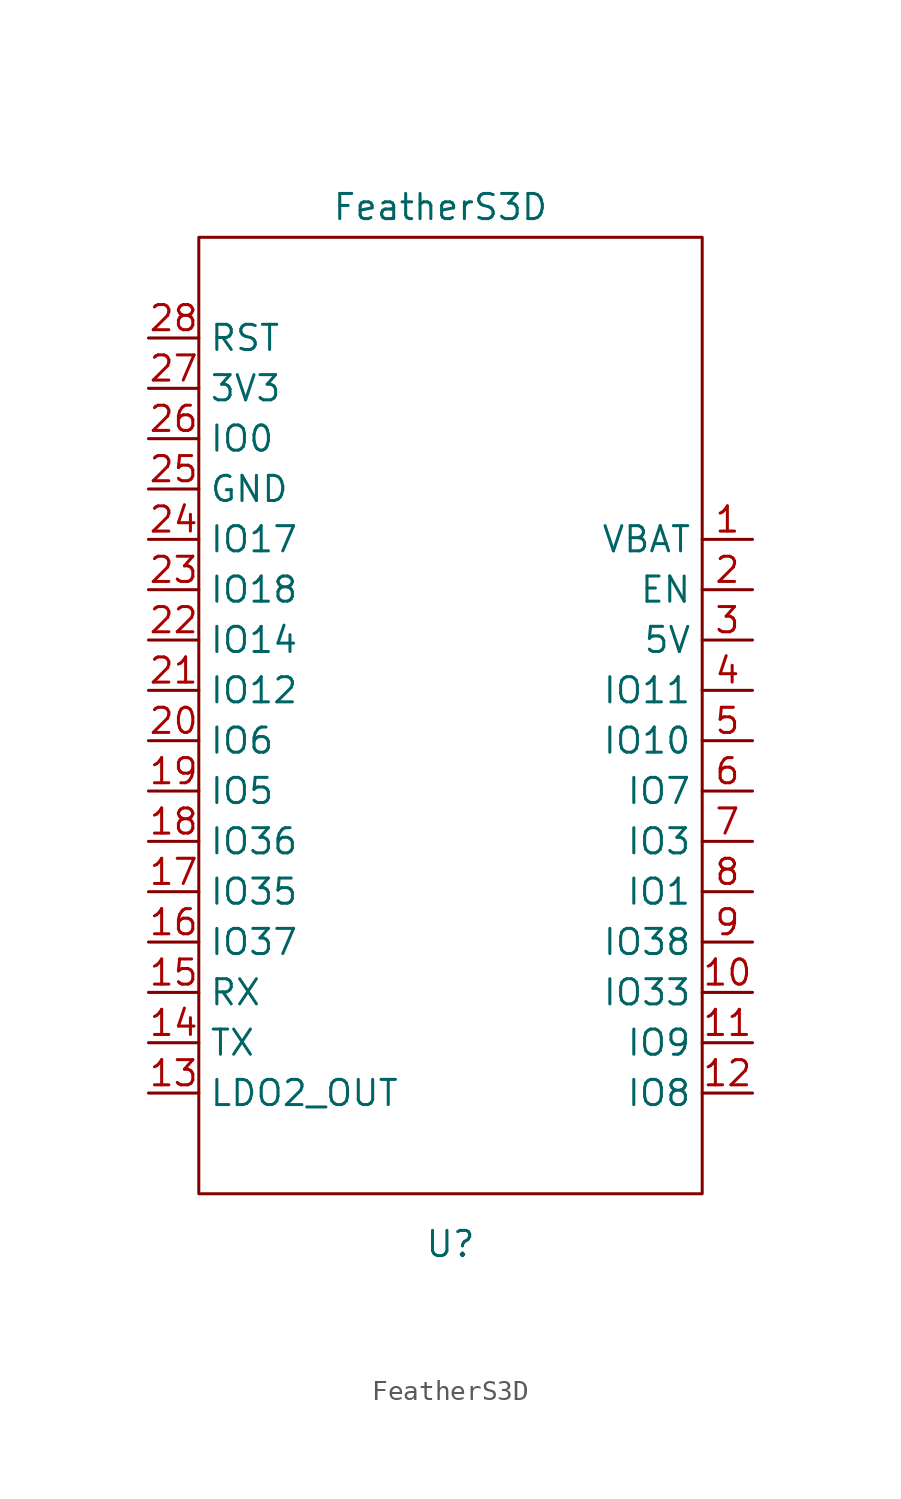
<source format=kicad_sym>
(kicad_symbol_lib
  (version 20241209)
  (generator "kicad_symbol_editor")
  (generator_version "9.0")
  (symbol "FeatherS3D"
    (property "Reference" "U"
      (at 0 -30.48 0)
      (effects (font (size 1.27 1.27))))
    (property "Value" "FeatherS3D"
      (at -0.508 21.844 0)
      (effects (font (size 1.27 1.27))))
    (symbol "FeatherS3D_0_1"
      (rectangle (start -12.7 20.32) (end 12.7 -27.94) (stroke (width 0.152) (type default)) (fill (type none))))
    (symbol "FeatherS3D_1_1"
      (pin input line (at -15.24 15.24 0) (length 2.54) (name "RST" (effects (font (size 1.27 1.27)))) (number "28" (effects (font (size 1.27 1.27)))))
      (pin power_in line (at -15.24 12.7 0) (length 2.54) (name "3V3" (effects (font (size 1.27 1.27)))) (number "27" (effects (font (size 1.27 1.27)))))
      (pin bidirectional line (at -15.24 10.16 0) (length 2.54) (name "IO0" (effects (font (size 1.27 1.27)))) (number "26" (effects (font (size 1.27 1.27)))))
      (pin power_in line (at -15.24 7.62 0) (length 2.54) (name "GND" (effects (font (size 1.27 1.27)))) (number "25" (effects (font (size 1.27 1.27)))))
      (pin bidirectional line (at -15.24 5.08 0) (length 2.54) (name "IO17" (effects (font (size 1.27 1.27)))) (number "24" (effects (font (size 1.27 1.27)))))
      (pin bidirectional line (at -15.24 2.54 0) (length 2.54) (name "IO18" (effects (font (size 1.27 1.27)))) (number "23" (effects (font (size 1.27 1.27)))))
      (pin bidirectional line (at -15.24 0 0) (length 2.54) (name "IO14" (effects (font (size 1.27 1.27)))) (number "22" (effects (font (size 1.27 1.27)))))
      (pin bidirectional line (at -15.24 -2.54 0) (length 2.54) (name "IO12" (effects (font (size 1.27 1.27)))) (number "21" (effects (font (size 1.27 1.27)))))
      (pin bidirectional line (at -15.24 -5.08 0) (length 2.54) (name "IO6" (effects (font (size 1.27 1.27)))) (number "20" (effects (font (size 1.27 1.27)))))
      (pin bidirectional line (at -15.24 -7.62 0) (length 2.54) (name "IO5" (effects (font (size 1.27 1.27)))) (number "19" (effects (font (size 1.27 1.27)))))
      (pin bidirectional line (at -15.24 -10.16 0) (length 2.54) (name "IO36" (effects (font (size 1.27 1.27)))) (number "18" (effects (font (size 1.27 1.27)))))
      (pin bidirectional line (at -15.24 -12.7 0) (length 2.54) (name "IO35" (effects (font (size 1.27 1.27)))) (number "17" (effects (font (size 1.27 1.27)))))
      (pin bidirectional line (at -15.24 -15.24 0) (length 2.54) (name "IO37" (effects (font (size 1.27 1.27)))) (number "16" (effects (font (size 1.27 1.27)))))
      (pin bidirectional line (at -15.24 -17.78 0) (length 2.54) (name "RX" (effects (font (size 1.27 1.27)))) (number "15" (effects (font (size 1.27 1.27)))))
      (pin bidirectional line (at -15.24 -20.32 0) (length 2.54) (name "TX" (effects (font (size 1.27 1.27)))) (number "14" (effects (font (size 1.27 1.27)))))
      (pin power_out line (at -15.24 -22.86 0) (length 2.54) (name "LDO2_OUT" (effects (font (size 1.27 1.27)))) (number "13" (effects (font (size 1.27 1.27)))))
      (pin power_in line (at 15.24 5.08 180) (length 2.54) (name "VBAT" (effects (font (size 1.27 1.27)))) (number "1" (effects (font (size 1.27 1.27)))))
      (pin input line (at 15.24 2.54 180) (length 2.54) (name "EN" (effects (font (size 1.27 1.27)))) (number "2" (effects (font (size 1.27 1.27)))))
      (pin power_in line (at 15.24 0 180) (length 2.54) (name "5V" (effects (font (size 1.27 1.27)))) (number "3" (effects (font (size 1.27 1.27)))))
      (pin bidirectional line (at 15.24 -2.54 180) (length 2.54) (name "IO11" (effects (font (size 1.27 1.27)))) (number "4" (effects (font (size 1.27 1.27)))))
      (pin bidirectional line (at 15.24 -5.08 180) (length 2.54) (name "IO10" (effects (font (size 1.27 1.27)))) (number "5" (effects (font (size 1.27 1.27)))))
      (pin bidirectional line (at 15.24 -7.62 180) (length 2.54) (name "IO7" (effects (font (size 1.27 1.27)))) (number "6" (effects (font (size 1.27 1.27)))))
      (pin bidirectional line (at 15.24 -10.16 180) (length 2.54) (name "IO3" (effects (font (size 1.27 1.27)))) (number "7" (effects (font (size 1.27 1.27)))))
      (pin bidirectional line (at 15.24 -12.7 180) (length 2.54) (name "IO1" (effects (font (size 1.27 1.27)))) (number "8" (effects (font (size 1.27 1.27)))))
      (pin bidirectional line (at 15.24 -15.24 180) (length 2.54) (name "IO38" (effects (font (size 1.27 1.27)))) (number "9" (effects (font (size 1.27 1.27)))))
      (pin bidirectional line (at 15.24 -17.78 180) (length 2.54) (name "IO33" (effects (font (size 1.27 1.27)))) (number "10" (effects (font (size 1.27 1.27)))))
      (pin bidirectional line (at 15.24 -20.32 180) (length 2.54) (name "IO9" (effects (font (size 1.27 1.27)))) (number "11" (effects (font (size 1.27 1.27)))))
      (pin bidirectional line (at 15.24 -22.86 180) (length 2.54) (name "IO8" (effects (font (size 1.27 1.27)))) (number "12" (effects (font (size 1.27 1.27))))))))
</source>
